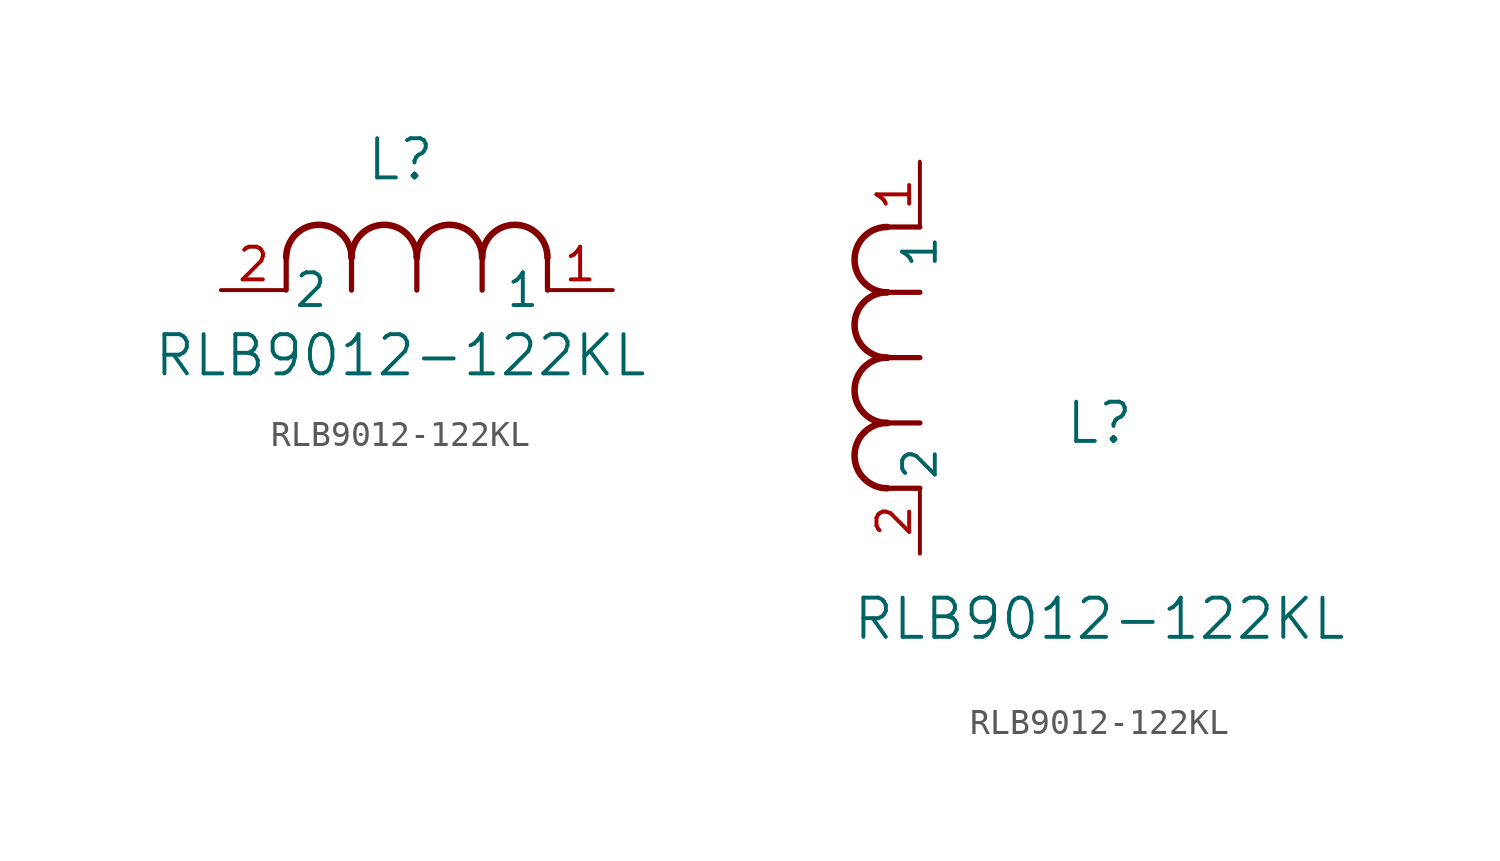
<source format=kicad_sym>
(kicad_symbol_lib
  (version 20211014)
  (generator kicad_symbol_editor)
  (symbol "RLB9012-122KL"
    (pin_names
      (offset 0.254))
    (property "Reference" "L"
      (at 6.985 5.08 0)
      (effects (font (size 1.524 1.524))))
    (property "Value" "RLB9012-122KL"
      (at 6.985 -2.54 0)
      (effects (font (size 1.524 1.524))))
    (symbol "RLB9012-122KL_1_1"
      (arc (start 7.62 1.27) (mid 6.35 2.54) (end 5.08 1.27) (stroke (width 0.254) (type default) (color 0 0 0 0)) (fill (type none)))
      (polyline (pts (xy 5.08 0) (xy 5.08 1.27)) (stroke (width 0.203) (type default) (color 0 0 0 0)) (fill (type none)))
      (polyline (pts (xy 7.62 0) (xy 7.62 1.27)) (stroke (width 0.203) (type default) (color 0 0 0 0)) (fill (type none)))
      (polyline (pts (xy 12.7 0) (xy 12.7 1.27)) (stroke (width 0.203) (type default) (color 0 0 0 0)) (fill (type none)))
      (arc (start 5.08 1.27) (mid 3.81 2.54) (end 2.54 1.27) (stroke (width 0.254) (type default) (color 0 0 0 0)) (fill (type none)))
      (arc (start 10.16 1.27) (mid 8.89 2.54) (end 7.62 1.27) (stroke (width 0.254) (type default) (color 0 0 0 0)) (fill (type none)))
      (arc (start 12.7 1.27) (mid 11.43 2.54) (end 10.16 1.27) (stroke (width 0.254) (type default) (color 0 0 0 0)) (fill (type none)))
      (polyline (pts (xy 2.54 0) (xy 2.54 1.27)) (stroke (width 0.203) (type default) (color 0 0 0 0)) (fill (type none)))
      (polyline (pts (xy 10.16 0) (xy 10.16 1.27)) (stroke (width 0.203) (type default) (color 0 0 0 0)) (fill (type none)))
      (pin unspecified line (at 0 0 0) (length 2.54) (name "2" (effects (font (size 1.27 1.27)))) (number "2" (effects (font (size 1.27 1.27)))))
      (pin unspecified line (at 15.24 0 180) (length 2.54) (name "1" (effects (font (size 1.27 1.27)))) (number "1" (effects (font (size 1.27 1.27))))))
    (symbol "RLB9012-122KL_1_2"
      (arc (start -1.27 7.62) (mid -2.54 6.35) (end -1.27 5.08) (stroke (width 0.254) (type default) (color 0 0 0 0)) (fill (type none)))
      (arc (start -1.27 5.08) (mid -2.54 3.81) (end -1.27 2.54) (stroke (width 0.254) (type default) (color 0 0 0 0)) (fill (type none)))
      (arc (start -1.27 12.7) (mid -2.54 11.43) (end -1.27 10.16) (stroke (width 0.254) (type default) (color 0 0 0 0)) (fill (type none)))
      (arc (start -1.27 10.16) (mid -2.54 8.89) (end -1.27 7.62) (stroke (width 0.254) (type default) (color 0 0 0 0)) (fill (type none)))
      (polyline (pts (xy 0 7.62) (xy -1.27 7.62)) (stroke (width 0.203) (type default) (color 0 0 0 0)) (fill (type none)))
      (polyline (pts (xy 0 5.08) (xy -1.27 5.08)) (stroke (width 0.203) (type default) (color 0 0 0 0)) (fill (type none)))
      (polyline (pts (xy 0 12.7) (xy -1.27 12.7)) (stroke (width 0.203) (type default) (color 0 0 0 0)) (fill (type none)))
      (polyline (pts (xy 0 2.54) (xy -1.27 2.54)) (stroke (width 0.203) (type default) (color 0 0 0 0)) (fill (type none)))
      (polyline (pts (xy 0 10.16) (xy -1.27 10.16)) (stroke (width 0.203) (type default) (color 0 0 0 0)) (fill (type none)))
      (pin unspecified line (at 0 0 90) (length 2.54) (name "2" (effects (font (size 1.27 1.27)))) (number "2" (effects (font (size 1.27 1.27)))))
      (pin unspecified line (at 0 15.24 270) (length 2.54) (name "1" (effects (font (size 1.27 1.27)))) (number "1" (effects (font (size 1.27 1.27))))))))
</source>
